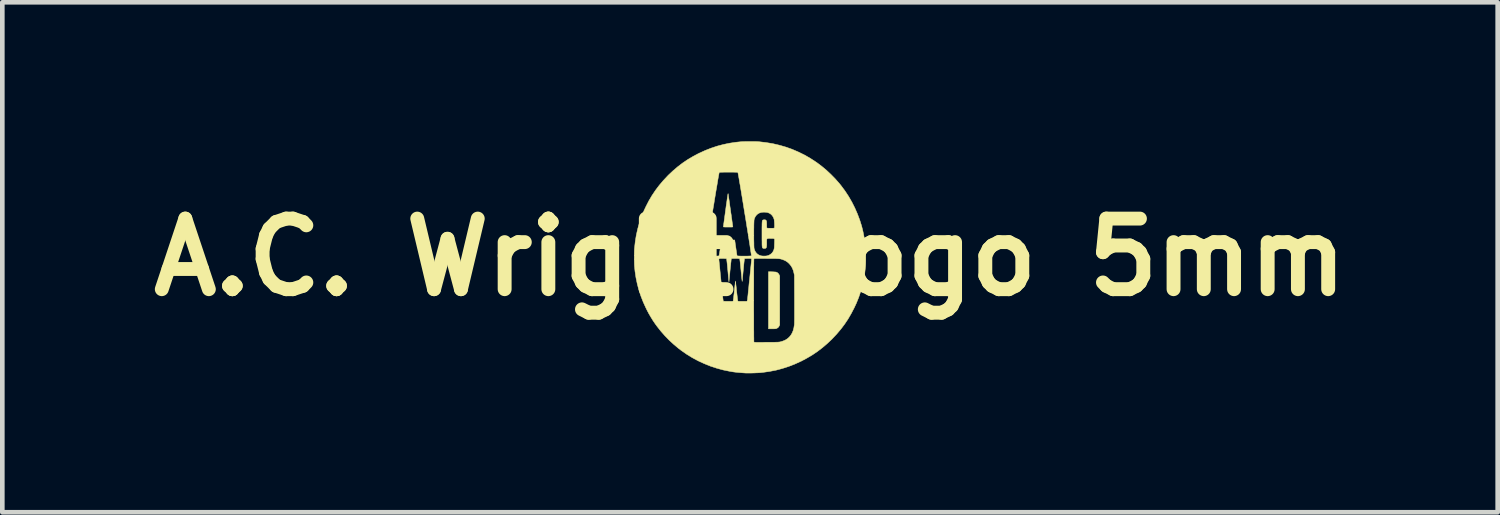
<source format=kicad_pcb>
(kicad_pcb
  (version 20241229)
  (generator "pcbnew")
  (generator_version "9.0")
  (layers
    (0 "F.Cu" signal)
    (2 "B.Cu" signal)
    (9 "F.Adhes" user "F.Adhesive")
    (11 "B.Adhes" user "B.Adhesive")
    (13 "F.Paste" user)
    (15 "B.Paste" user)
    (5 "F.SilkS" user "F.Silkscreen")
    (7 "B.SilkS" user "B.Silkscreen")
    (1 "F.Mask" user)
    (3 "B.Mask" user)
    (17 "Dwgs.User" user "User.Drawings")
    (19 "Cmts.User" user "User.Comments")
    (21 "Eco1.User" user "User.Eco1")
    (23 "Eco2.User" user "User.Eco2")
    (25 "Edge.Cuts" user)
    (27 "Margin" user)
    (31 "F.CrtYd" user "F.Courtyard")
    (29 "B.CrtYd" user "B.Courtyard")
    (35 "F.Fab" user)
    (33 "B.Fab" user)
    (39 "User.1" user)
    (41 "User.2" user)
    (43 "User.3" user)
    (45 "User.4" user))
  (footprint "A.C. Wright Logo 5mm"
    (layer "F.Cu")
    (at 13.143 2.504)
    (property "Reference" "A.C. Wright Logo 5mm" (at 0 0 0) (layer "F.SilkS") (effects (font (size 1.524 1.524) (thickness 0.3))))
    (attr through_hole)
    (fp_poly (pts (xy 0.475 0.314) (xy 0.501 0.315) (xy 0.525 0.317) (xy 0.545 0.318) (xy 0.56 0.32) (xy 0.567 0.321) (xy 0.591 0.333) (xy 0.611 0.35) (xy 0.627 0.375) (xy 0.628 0.376) (xy 0.641 0.404) (xy 0.641 1.458) (xy 0.632 1.48) (xy 0.618 1.504) (xy 0.6 1.522) (xy 0.578 1.535) (xy 0.57 1.539) (xy 0.562 1.541) (xy 0.553 1.543) (xy 0.542 1.544) (xy 0.526 1.545) (xy 0.505 1.545) (xy 0.477 1.545) (xy 0.398 1.545) (xy 0.398 0.312) (xy 0.475 0.314)) (stroke (width 0.01) (type solid)) (fill yes) (layer "F.SilkS"))
    (fp_poly (pts (xy -0.473 -1.373) (xy -0.472 -1.367) (xy -0.47 -1.354) (xy -0.467 -1.333) (xy -0.463 -1.305) (xy -0.458 -1.272) (xy -0.452 -1.234) (xy -0.446 -1.191) (xy -0.44 -1.145) (xy -0.433 -1.095) (xy -0.425 -1.042) (xy -0.421 -1.014) (xy -0.414 -0.961) (xy -0.406 -0.91) (xy -0.4 -0.861) (xy -0.393 -0.817) (xy -0.388 -0.777) (xy -0.383 -0.741) (xy -0.378 -0.711) (xy -0.375 -0.688) (xy -0.373 -0.671) (xy -0.371 -0.661) (xy -0.371 -0.659) (xy -0.371 -0.657) (xy -0.373 -0.655) (xy -0.377 -0.654) (xy -0.385 -0.653) (xy -0.398 -0.652) (xy -0.416 -0.652) (xy -0.442 -0.652) (xy -0.472 -0.652) (xy -0.506 -0.652) (xy -0.532 -0.652) (xy -0.552 -0.653) (xy -0.565 -0.654) (xy -0.573 -0.655) (xy -0.576 -0.657) (xy -0.576 -0.657) (xy -0.575 -0.662) (xy -0.574 -0.675) (xy -0.571 -0.695) (xy -0.568 -0.721) (xy -0.563 -0.753) (xy -0.558 -0.791) (xy -0.552 -0.833) (xy -0.546 -0.879) (xy -0.539 -0.929) (xy -0.532 -0.982) (xy -0.526 -1.024) (xy -0.517 -1.094) (xy -0.508 -1.155) (xy -0.5 -1.209) (xy -0.494 -1.254) (xy -0.488 -1.292) (xy -0.483 -1.323) (xy -0.48 -1.346) (xy -0.477 -1.362) (xy -0.475 -1.371) (xy -0.473 -1.374) (xy -0.473 -1.373)) (stroke (width 0.01) (type solid)) (fill yes) (layer "F.SilkS"))
    (fp_poly (pts (xy 0.036 -2.499) (xy 0.079 -2.499) (xy 0.12 -2.498) (xy 0.156 -2.497) (xy 0.185 -2.495) (xy 0.195 -2.494) (xy 0.343 -2.477) (xy 0.489 -2.453) (xy 0.631 -2.42) (xy 0.77 -2.38) (xy 0.906 -2.332) (xy 1.039 -2.275) (xy 1.168 -2.212) (xy 1.295 -2.14) (xy 1.418 -2.06) (xy 1.446 -2.041) (xy 1.549 -1.963) (xy 1.65 -1.879) (xy 1.747 -1.788) (xy 1.84 -1.693) (xy 1.928 -1.593) (xy 1.965 -1.547) (xy 2.049 -1.434) (xy 2.127 -1.316) (xy 2.198 -1.193) (xy 2.262 -1.066) (xy 2.319 -0.936) (xy 2.369 -0.803) (xy 2.411 -0.669) (xy 2.436 -0.569) (xy 2.456 -0.473) (xy 2.472 -0.382) (xy 2.485 -0.291) (xy 2.493 -0.199) (xy 2.498 -0.104) (xy 2.499 -0.003) (xy 2.499 0) (xy 2.499 0.036) (xy 2.499 0.073) (xy 2.498 0.109) (xy 2.497 0.142) (xy 2.496 0.17) (xy 2.494 0.192) (xy 2.494 0.195) (xy 2.478 0.337) (xy 2.456 0.474) (xy 2.426 0.608) (xy 2.39 0.739) (xy 2.346 0.868) (xy 2.294 0.996) (xy 2.248 1.094) (xy 2.184 1.217) (xy 2.116 1.334) (xy 2.041 1.446) (xy 1.96 1.553) (xy 1.872 1.657) (xy 1.777 1.758) (xy 1.768 1.768) (xy 1.666 1.864) (xy 1.563 1.952) (xy 1.456 2.034) (xy 1.345 2.109) (xy 1.228 2.178) (xy 1.106 2.243) (xy 1.094 2.248) (xy 0.963 2.308) (xy 0.831 2.359) (xy 0.697 2.402) (xy 0.562 2.438) (xy 0.423 2.465) (xy 0.282 2.485) (xy 0.22 2.492) (xy 0.198 2.493) (xy 0.17 2.495) (xy 0.137 2.496) (xy 0.101 2.498) (xy 0.064 2.499) (xy 0.026 2.5) (xy -0.01 2.5) (xy -0.043 2.5) (xy -0.071 2.5) (xy -0.094 2.5) (xy -0.106 2.499) (xy -0.164 2.495) (xy -0.215 2.491) (xy -0.26 2.487) (xy -0.302 2.483) (xy -0.341 2.478) (xy -0.379 2.473) (xy -0.418 2.466) (xy -0.446 2.461) (xy -0.586 2.432) (xy -0.724 2.394) (xy -0.86 2.349) (xy -0.993 2.295) (xy -1.123 2.235) (xy -1.249 2.167) (xy -1.371 2.092) (xy -1.488 2.01) (xy -1.547 1.965) (xy -1.648 1.88) (xy -1.746 1.79) (xy -1.839 1.694) (xy -1.926 1.595) (xy -2.007 1.492) (xy -2.041 1.446) (xy -2.095 1.367) (xy -2.143 1.289) (xy -2.189 1.21) (xy -2.232 1.127) (xy -2.248 1.094) (xy -2.306 0.967) (xy -2.356 0.839) (xy -2.399 0.71) (xy -2.434 0.578) (xy -2.462 0.444) (xy -2.483 0.305) (xy -2.494 0.195) (xy -2.496 0.168) (xy -2.497 0.134) (xy -2.498 0.095) (xy -2.499 0.053) (xy -2.499 0.04) (xy -0.673 0.04) (xy -0.628 0.492) (xy -0.62 0.567) (xy -0.613 0.634) (xy -0.607 0.693) (xy -0.602 0.745) (xy -0.597 0.79) (xy -0.593 0.828) (xy -0.589 0.861) (xy -0.586 0.887) (xy -0.583 0.909) (xy -0.581 0.925) (xy -0.579 0.937) (xy -0.577 0.944) (xy -0.576 0.948) (xy -0.576 0.948) (xy -0.57 0.95) (xy -0.557 0.951) (xy -0.538 0.951) (xy -0.514 0.952) (xy -0.487 0.952) (xy -0.469 0.952) (xy -0.437 0.952) (xy -0.413 0.952) (xy -0.395 0.952) (xy -0.382 0.951) (xy -0.374 0.95) (xy -0.369 0.949) (xy -0.366 0.947) (xy -0.364 0.945) (xy -0.363 0.939) (xy -0.361 0.926) (xy -0.359 0.906) (xy -0.355 0.88) (xy -0.352 0.849) (xy -0.348 0.814) (xy -0.343 0.775) (xy -0.339 0.734) (xy -0.338 0.725) (xy -0.334 0.684) (xy -0.329 0.645) (xy -0.326 0.61) (xy -0.322 0.579) (xy -0.319 0.553) (xy -0.317 0.534) (xy -0.315 0.52) (xy -0.314 0.515) (xy -0.314 0.514) (xy -0.313 0.519) (xy -0.312 0.531) (xy -0.309 0.55) (xy -0.307 0.575) (xy -0.303 0.605) (xy -0.299 0.639) (xy -0.295 0.677) (xy -0.291 0.718) (xy -0.29 0.728) (xy -0.285 0.774) (xy -0.28 0.815) (xy -0.276 0.852) (xy -0.272 0.884) (xy -0.269 0.91) (xy -0.266 0.93) (xy -0.263 0.942) (xy -0.262 0.946) (xy -0.259 0.949) (xy -0.253 0.95) (xy -0.242 0.951) (xy -0.226 0.952) (xy -0.204 0.952) (xy -0.175 0.952) (xy -0.165 0.952) (xy -0.138 0.952) (xy -0.113 0.952) (xy -0.092 0.952) (xy -0.076 0.951) (xy -0.067 0.95) (xy -0.066 0.95) (xy -0.061 0.944) (xy -0.057 0.934) (xy -0.057 0.934) (xy -0.056 0.928) (xy -0.055 0.914) (xy -0.053 0.899) (xy 0.08 0.899) (xy 0.08 0.928) (xy 0.08 1.042) (xy 0.08 1.148) (xy 0.081 1.245) (xy 0.081 1.335) (xy 0.081 1.416) (xy 0.081 1.49) (xy 0.081 1.556) (xy 0.082 1.615) (xy 0.082 1.666) (xy 0.082 1.71) (xy 0.083 1.747) (xy 0.083 1.777) (xy 0.083 1.8) (xy 0.084 1.816) (xy 0.084 1.826) (xy 0.085 1.829) (xy 0.086 1.831) (xy 0.088 1.833) (xy 0.091 1.834) (xy 0.095 1.835) (xy 0.103 1.836) (xy 0.113 1.836) (xy 0.127 1.837) (xy 0.146 1.837) (xy 0.169 1.837) (xy 0.198 1.837) (xy 0.234 1.837) (xy 0.276 1.837) (xy 0.326 1.836) (xy 0.355 1.836) (xy 0.409 1.836) (xy 0.456 1.835) (xy 0.495 1.835) (xy 0.528 1.835) (xy 0.555 1.834) (xy 0.578 1.834) (xy 0.596 1.833) (xy 0.611 1.832) (xy 0.623 1.831) (xy 0.633 1.83) (xy 0.641 1.829) (xy 0.649 1.827) (xy 0.657 1.826) (xy 0.714 1.808) (xy 0.765 1.786) (xy 0.81 1.757) (xy 0.848 1.723) (xy 0.881 1.683) (xy 0.908 1.638) (xy 0.93 1.586) (xy 0.946 1.527) (xy 0.956 1.462) (xy 0.957 1.458) (xy 0.958 1.448) (xy 0.958 1.43) (xy 0.959 1.407) (xy 0.959 1.376) (xy 0.96 1.339) (xy 0.96 1.294) (xy 0.96 1.242) (xy 0.96 1.183) (xy 0.96 1.115) (xy 0.96 1.04) (xy 0.96 0.957) (xy 0.96 0.902) (xy 0.958 0.387) (xy 0.949 0.346) (xy 0.944 0.324) (xy 0.938 0.302) (xy 0.933 0.284) (xy 0.931 0.278) (xy 0.909 0.225) (xy 0.88 0.179) (xy 0.846 0.138) (xy 0.807 0.103) (xy 0.762 0.074) (xy 0.712 0.053) (xy 0.707 0.051) (xy 0.693 0.047) (xy 0.681 0.043) (xy 0.67 0.039) (xy 0.658 0.037) (xy 0.646 0.034) (xy 0.632 0.033) (xy 0.616 0.031) (xy 0.597 0.03) (xy 0.575 0.029) (xy 0.548 0.028) (xy 0.515 0.028) (xy 0.477 0.027) (xy 0.431 0.027) (xy 0.379 0.027) (xy 0.358 0.027) (xy 0.301 0.026) (xy 0.251 0.026) (xy 0.209 0.026) (xy 0.174 0.026) (xy 0.145 0.026) (xy 0.123 0.027) (xy 0.106 0.027) (xy 0.095 0.028) (xy 0.088 0.029) (xy 0.086 0.03) (xy 0.086 0.031) (xy 0.085 0.035) (xy 0.085 0.041) (xy 0.084 0.049) (xy 0.083 0.06) (xy 0.083 0.075) (xy 0.083 0.093) (xy 0.082 0.115) (xy 0.082 0.141) (xy 0.082 0.171) (xy 0.081 0.207) (xy 0.081 0.248) (xy 0.081 0.294) (xy 0.081 0.346) (xy 0.081 0.404) (xy 0.081 0.468) (xy 0.081 0.54) (xy 0.081 0.618) (xy 0.08 0.704) (xy 0.08 0.798) (xy 0.08 0.899) (xy -0.053 0.899) (xy -0.053 0.893) (xy -0.05 0.865) (xy -0.046 0.831) (xy -0.042 0.792) (xy -0.038 0.748) (xy -0.033 0.699) (xy -0.027 0.646) (xy -0.022 0.59) (xy -0.016 0.531) (xy -0.01 0.48) (xy 0.034 0.04) (xy 0.025 0.033) (xy 0.02 0.03) (xy 0.014 0.028) (xy 0.006 0.026) (xy -0.007 0.026) (xy -0.026 0.026) (xy -0.049 0.026) (xy -0.078 0.027) (xy -0.099 0.028) (xy -0.113 0.03) (xy -0.119 0.032) (xy -0.12 0.038) (xy -0.122 0.051) (xy -0.125 0.072) (xy -0.128 0.099) (xy -0.132 0.134) (xy -0.136 0.174) (xy -0.14 0.221) (xy -0.145 0.272) (xy -0.146 0.279) (xy -0.15 0.323) (xy -0.154 0.365) (xy -0.157 0.403) (xy -0.161 0.438) (xy -0.163 0.467) (xy -0.166 0.491) (xy -0.168 0.509) (xy -0.169 0.52) (xy -0.17 0.522) (xy -0.17 0.519) (xy -0.172 0.507) (xy -0.174 0.489) (xy -0.177 0.464) (xy -0.18 0.434) (xy -0.184 0.399) (xy -0.187 0.361) (xy -0.192 0.318) (xy -0.195 0.281) (xy -0.201 0.224) (xy -0.206 0.174) (xy -0.21 0.132) (xy -0.214 0.096) (xy -0.218 0.068) (xy -0.22 0.048) (xy -0.223 0.036) (xy -0.224 0.033) (xy -0.23 0.03) (xy -0.243 0.029) (xy -0.264 0.027) (xy -0.293 0.026) (xy -0.302 0.026) (xy -0.334 0.026) (xy -0.358 0.026) (xy -0.377 0.027) (xy -0.389 0.028) (xy -0.398 0.031) (xy -0.402 0.034) (xy -0.404 0.037) (xy -0.405 0.042) (xy -0.407 0.055) (xy -0.409 0.074) (xy -0.411 0.099) (xy -0.415 0.128) (xy -0.418 0.162) (xy -0.422 0.198) (xy -0.426 0.236) (xy -0.43 0.276) (xy -0.434 0.315) (xy -0.437 0.354) (xy -0.441 0.391) (xy -0.444 0.426) (xy -0.447 0.456) (xy -0.45 0.483) (xy -0.452 0.504) (xy -0.453 0.519) (xy -0.453 0.525) (xy -0.454 0.529) (xy -0.455 0.528) (xy -0.456 0.521) (xy -0.458 0.508) (xy -0.46 0.489) (xy -0.463 0.463) (xy -0.466 0.43) (xy -0.47 0.389) (xy -0.474 0.341) (xy -0.479 0.285) (xy -0.481 0.267) (xy -0.486 0.216) (xy -0.49 0.17) (xy -0.494 0.13) (xy -0.498 0.096) (xy -0.501 0.07) (xy -0.503 0.05) (xy -0.505 0.038) (xy -0.506 0.035) (xy -0.509 0.032) (xy -0.515 0.03) (xy -0.524 0.029) (xy -0.538 0.027) (xy -0.558 0.027) (xy -0.583 0.026) (xy -0.61 0.026) (xy -0.629 0.026) (xy -0.643 0.026) (xy -0.652 0.027) (xy -0.658 0.029) (xy -0.663 0.032) (xy -0.664 0.033) (xy -0.673 0.04) (xy -2.499 0.04) (xy -2.499 0.009) (xy -2.499 -0.035) (xy -0.957 -0.035) (xy -0.957 -0.032) (xy -0.954 -0.03) (xy -0.949 -0.029) (xy -0.941 -0.027) (xy -0.929 -0.027) (xy -0.911 -0.026) (xy -0.888 -0.026) (xy -0.858 -0.025) (xy -0.821 -0.025) (xy -0.813 -0.025) (xy -0.772 -0.025) (xy -0.74 -0.026) (xy -0.714 -0.026) (xy -0.695 -0.027) (xy -0.682 -0.028) (xy -0.674 -0.029) (xy -0.67 -0.03) (xy -0.67 -0.031) (xy -0.668 -0.036) (xy -0.666 -0.049) (xy -0.662 -0.068) (xy -0.658 -0.093) (xy -0.653 -0.122) (xy -0.648 -0.156) (xy -0.643 -0.192) (xy -0.641 -0.204) (xy -0.616 -0.373) (xy -0.331 -0.373) (xy -0.329 -0.359) (xy -0.328 -0.352) (xy -0.325 -0.337) (xy -0.322 -0.316) (xy -0.319 -0.29) (xy -0.314 -0.259) (xy -0.309 -0.226) (xy -0.304 -0.191) (xy -0.299 -0.155) (xy -0.294 -0.122) (xy -0.29 -0.093) (xy -0.286 -0.068) (xy -0.283 -0.049) (xy -0.28 -0.036) (xy -0.278 -0.031) (xy -0.278 -0.031) (xy -0.273 -0.029) (xy -0.26 -0.028) (xy -0.241 -0.027) (xy -0.218 -0.026) (xy -0.19 -0.025) (xy -0.16 -0.025) (xy -0.129 -0.025) (xy -0.098 -0.025) (xy -0.067 -0.025) (xy -0.039 -0.026) (xy -0.014 -0.027) (xy 0.006 -0.028) (xy 0.021 -0.029) (xy 0.029 -0.031) (xy 0.029 -0.031) (xy 0.029 -0.036) (xy 0.028 -0.049) (xy 0.025 -0.069) (xy 0.021 -0.096) (xy 0.016 -0.129) (xy 0.01 -0.169) (xy 0.003 -0.214) (xy -0.004 -0.264) (xy -0.013 -0.319) (xy -0.022 -0.378) (xy -0.032 -0.44) (xy -0.042 -0.506) (xy -0.044 -0.517) (xy 0.082 -0.517) (xy 0.082 -0.471) (xy 0.082 -0.426) (xy 0.082 -0.382) (xy 0.083 -0.34) (xy 0.084 -0.301) (xy 0.084 -0.267) (xy 0.085 -0.238) (xy 0.086 -0.214) (xy 0.087 -0.198) (xy 0.088 -0.191) (xy 0.101 -0.149) (xy 0.12 -0.113) (xy 0.145 -0.082) (xy 0.175 -0.058) (xy 0.21 -0.04) (xy 0.236 -0.032) (xy 0.257 -0.028) (xy 0.284 -0.026) (xy 0.313 -0.026) (xy 0.34 -0.027) (xy 0.364 -0.03) (xy 0.374 -0.032) (xy 0.411 -0.045) (xy 0.444 -0.065) (xy 0.472 -0.089) (xy 0.494 -0.118) (xy 0.501 -0.13) (xy 0.508 -0.146) (xy 0.514 -0.161) (xy 0.519 -0.177) (xy 0.522 -0.195) (xy 0.525 -0.217) (xy 0.526 -0.244) (xy 0.527 -0.278) (xy 0.528 -0.297) (xy 0.53 -0.393) (xy 0.52 -0.399) (xy 0.515 -0.402) (xy 0.507 -0.404) (xy 0.495 -0.405) (xy 0.479 -0.406) (xy 0.455 -0.406) (xy 0.445 -0.406) (xy 0.417 -0.407) (xy 0.396 -0.406) (xy 0.381 -0.404) (xy 0.371 -0.4) (xy 0.364 -0.392) (xy 0.361 -0.379) (xy 0.36 -0.361) (xy 0.36 -0.336) (xy 0.36 -0.314) (xy 0.36 -0.28) (xy 0.359 -0.253) (xy 0.357 -0.233) (xy 0.354 -0.218) (xy 0.351 -0.208) (xy 0.346 -0.201) (xy 0.341 -0.196) (xy 0.328 -0.192) (xy 0.312 -0.19) (xy 0.295 -0.19) (xy 0.281 -0.194) (xy 0.28 -0.195) (xy 0.276 -0.197) (xy 0.272 -0.2) (xy 0.269 -0.203) (xy 0.266 -0.209) (xy 0.264 -0.216) (xy 0.263 -0.226) (xy 0.261 -0.24) (xy 0.26 -0.257) (xy 0.259 -0.279) (xy 0.259 -0.307) (xy 0.259 -0.34) (xy 0.258 -0.38) (xy 0.258 -0.427) (xy 0.258 -0.481) (xy 0.258 -0.5) (xy 0.258 -0.556) (xy 0.258 -0.606) (xy 0.258 -0.647) (xy 0.259 -0.683) (xy 0.259 -0.712) (xy 0.26 -0.736) (xy 0.261 -0.754) (xy 0.262 -0.769) (xy 0.264 -0.78) (xy 0.266 -0.788) (xy 0.268 -0.794) (xy 0.271 -0.798) (xy 0.274 -0.801) (xy 0.278 -0.804) (xy 0.279 -0.804) (xy 0.288 -0.807) (xy 0.301 -0.808) (xy 0.311 -0.809) (xy 0.326 -0.808) (xy 0.336 -0.805) (xy 0.343 -0.8) (xy 0.345 -0.798) (xy 0.35 -0.791) (xy 0.354 -0.784) (xy 0.357 -0.774) (xy 0.358 -0.76) (xy 0.359 -0.741) (xy 0.36 -0.716) (xy 0.36 -0.699) (xy 0.36 -0.67) (xy 0.361 -0.65) (xy 0.363 -0.637) (xy 0.365 -0.632) (xy 0.37 -0.63) (xy 0.382 -0.628) (xy 0.401 -0.627) (xy 0.428 -0.627) (xy 0.445 -0.627) (xy 0.473 -0.627) (xy 0.493 -0.627) (xy 0.508 -0.628) (xy 0.517 -0.629) (xy 0.523 -0.631) (xy 0.525 -0.633) (xy 0.527 -0.64) (xy 0.528 -0.654) (xy 0.529 -0.673) (xy 0.529 -0.695) (xy 0.528 -0.72) (xy 0.527 -0.746) (xy 0.525 -0.771) (xy 0.523 -0.793) (xy 0.521 -0.811) (xy 0.519 -0.823) (xy 0.503 -0.863) (xy 0.482 -0.897) (xy 0.455 -0.926) (xy 0.423 -0.948) (xy 0.385 -0.964) (xy 0.372 -0.967) (xy 0.347 -0.971) (xy 0.316 -0.973) (xy 0.285 -0.973) (xy 0.255 -0.97) (xy 0.237 -0.967) (xy 0.199 -0.954) (xy 0.165 -0.934) (xy 0.137 -0.908) (xy 0.113 -0.875) (xy 0.096 -0.838) (xy 0.088 -0.809) (xy 0.087 -0.798) (xy 0.086 -0.78) (xy 0.085 -0.755) (xy 0.084 -0.725) (xy 0.083 -0.689) (xy 0.083 -0.65) (xy 0.082 -0.608) (xy 0.082 -0.563) (xy 0.082 -0.517) (xy -0.044 -0.517) (xy -0.053 -0.575) (xy -0.065 -0.645) (xy -0.076 -0.718) (xy -0.088 -0.792) (xy -0.1 -0.867) (xy -0.113 -0.942) (xy -0.125 -1.017) (xy -0.137 -1.092) (xy -0.149 -1.166) (xy -0.161 -1.238) (xy -0.172 -1.308) (xy -0.184 -1.376) (xy -0.194 -1.441) (xy -0.205 -1.503) (xy -0.214 -1.561) (xy -0.224 -1.614) (xy -0.232 -1.663) (xy -0.239 -1.707) (xy -0.246 -1.745) (xy -0.252 -1.777) (xy -0.256 -1.802) (xy -0.26 -1.82) (xy -0.262 -1.831) (xy -0.263 -1.834) (xy -0.269 -1.834) (xy -0.282 -1.835) (xy -0.301 -1.836) (xy -0.325 -1.836) (xy -0.354 -1.837) (xy -0.387 -1.837) (xy -0.421 -1.837) (xy -0.457 -1.837) (xy -0.493 -1.837) (xy -0.528 -1.837) (xy -0.561 -1.837) (xy -0.591 -1.836) (xy -0.618 -1.836) (xy -0.639 -1.835) (xy -0.655 -1.835) (xy -0.663 -1.834) (xy -0.664 -1.833) (xy -0.666 -1.829) (xy -0.668 -1.816) (xy -0.672 -1.796) (xy -0.677 -1.77) (xy -0.683 -1.736) (xy -0.69 -1.697) (xy -0.698 -1.652) (xy -0.706 -1.602) (xy -0.715 -1.547) (xy -0.725 -1.488) (xy -0.736 -1.426) (xy -0.747 -1.36) (xy -0.758 -1.292) (xy -0.77 -1.221) (xy -0.781 -1.148) (xy -0.794 -1.074) (xy -0.806 -0.999) (xy -0.818 -0.924) (xy -0.83 -0.849) (xy -0.842 -0.774) (xy -0.854 -0.701) (xy -0.866 -0.628) (xy -0.877 -0.558) (xy -0.888 -0.49) (xy -0.898 -0.425) (xy -0.908 -0.363) (xy -0.917 -0.305) (xy -0.925 -0.252) (xy -0.933 -0.203) (xy -0.939 -0.159) (xy -0.945 -0.121) (xy -0.95 -0.089) (xy -0.953 -0.064) (xy -0.956 -0.045) (xy -0.957 -0.035) (xy -2.499 -0.035) (xy -2.499 -0.036) (xy -2.499 -0.079) (xy -2.498 -0.12) (xy -2.497 -0.156) (xy -2.495 -0.185) (xy -2.494 -0.195) (xy -2.478 -0.337) (xy -2.456 -0.474) (xy -2.426 -0.608) (xy -2.39 -0.739) (xy -2.346 -0.868) (xy -2.294 -0.996) (xy -2.248 -1.094) (xy -2.185 -1.217) (xy -2.116 -1.334) (xy -2.041 -1.446) (xy -1.96 -1.553) (xy -1.872 -1.657) (xy -1.777 -1.758) (xy -1.768 -1.768) (xy -1.666 -1.864) (xy -1.563 -1.952) (xy -1.456 -2.034) (xy -1.345 -2.109) (xy -1.228 -2.178) (xy -1.106 -2.243) (xy -1.094 -2.248) (xy -0.967 -2.306) (xy -0.839 -2.356) (xy -0.71 -2.399) (xy -0.578 -2.434) (xy -0.444 -2.462) (xy -0.305 -2.483) (xy -0.195 -2.494) (xy -0.168 -2.496) (xy -0.134 -2.497) (xy -0.095 -2.498) (xy -0.053 -2.499) (xy -0.009 -2.499) (xy 0.036 -2.499)) (stroke (width 0.01) (type solid)) (fill yes) (layer "F.SilkS")))
  (gr_rect
    (start -3 -3)
    (end 29.285 8.01)
    (stroke (width 0.1) (type default))
    (fill no)
    (layer "Edge.Cuts")))
</source>
